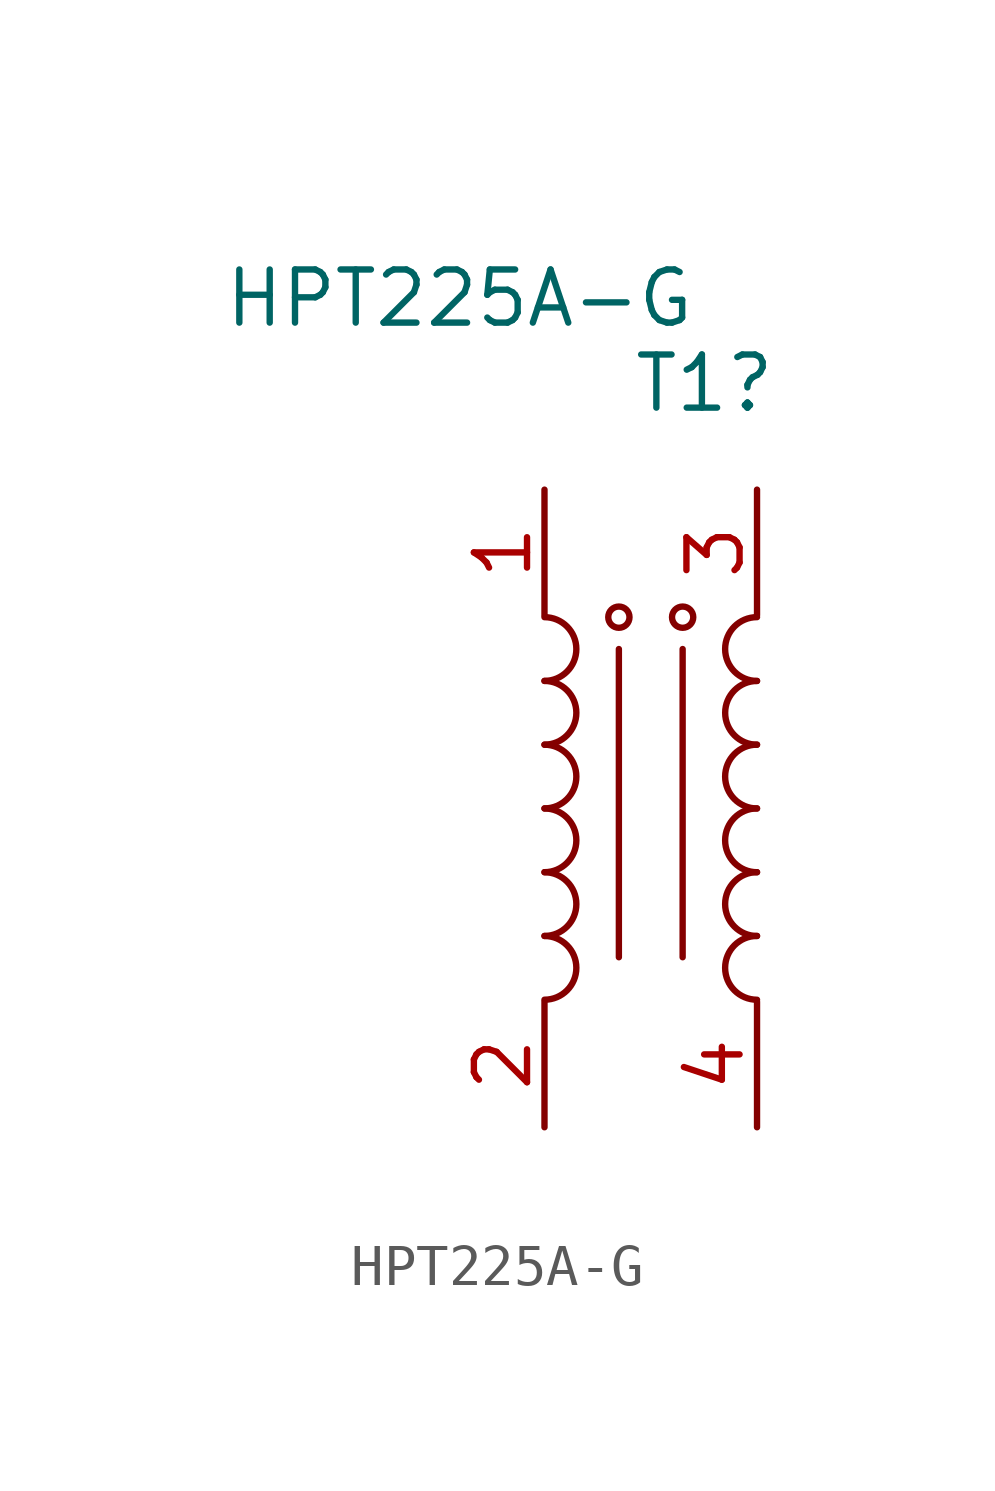
<source format=kicad_sym>
(kicad_symbol_lib
  (version 20231120)
  (generator "kicad_symbol_editor")
  (generator_version "8.0")
  (symbol "HPT225A-G"
    (pin_names
      (offset 1.016) hide)
    (property "Reference" "T1"
      (at 1.283 10.16 0)
      (effects (font (size 1.27 1.27))))
    (property "Value" "HPT225A-G"
      (at -4.572 12.192 0)
      (effects (font (size 1.27 1.27))))
    (symbol "HPT225A-G_0_1"
      (arc (start -2.54 -4.572) (mid -1.778 -3.81) (end -2.54 -3.048) (stroke (width 0) (type default)) (fill (type none)))
      (arc (start -2.54 -3.048) (mid -1.778 -2.286) (end -2.54 -1.524) (stroke (width 0) (type default)) (fill (type none)))
      (arc (start -2.54 -1.524) (mid -1.778 -0.762) (end -2.54 0) (stroke (width 0) (type default)) (fill (type none)))
      (arc (start -2.54 0) (mid -1.778 0.762) (end -2.54 1.524) (stroke (width 0) (type default)) (fill (type none)))
      (arc (start -2.54 1.524) (mid -1.778 2.286) (end -2.54 3.048) (stroke (width 0) (type default)) (fill (type none)))
      (arc (start -2.54 3.048) (mid -1.778 3.81) (end -2.54 4.572) (stroke (width 0) (type default)) (fill (type none)))
      (circle (center -0.762 4.572) (radius 0.254) (stroke (width 0) (type default)) (fill (type none)))
      (polyline (pts (xy -0.762 3.81) (xy -0.762 -3.556)) (stroke (width 0) (type default)) (fill (type none)))
      (polyline (pts (xy 0.762 -3.556) (xy 0.762 3.81)) (stroke (width 0) (type default)) (fill (type none)))
      (circle (center 0.762 4.572) (radius 0.254) (stroke (width 0) (type default)) (fill (type none)))
      (arc (start 2.54 -3.048) (mid 1.778 -3.81) (end 2.54 -4.572) (stroke (width 0) (type default)) (fill (type none)))
      (arc (start 2.54 -1.524) (mid 1.778 -2.286) (end 2.54 -3.048) (stroke (width 0) (type default)) (fill (type none)))
      (arc (start 2.54 0) (mid 1.778 -0.762) (end 2.54 -1.524) (stroke (width 0) (type default)) (fill (type none)))
      (arc (start 2.54 1.524) (mid 1.778 0.762) (end 2.54 0) (stroke (width 0) (type default)) (fill (type none)))
      (arc (start 2.54 3.048) (mid 1.778 2.286) (end 2.54 1.524) (stroke (width 0) (type default)) (fill (type none)))
      (arc (start 2.54 4.572) (mid 1.778 3.81) (end 2.54 3.048) (stroke (width 0) (type default)) (fill (type none))))
    (symbol "HPT225A-G_1_1"
      (pin passive line (at -2.54 7.62 270) (length 3) (name "1" (effects (font (size 1.27 1.27)))) (number "1" (effects (font (size 1.27 1.27)))))
      (pin passive line (at -2.54 -7.62 90) (length 3) (name "2" (effects (font (size 1.27 1.27)))) (number "2" (effects (font (size 1.27 1.27)))))
      (pin passive line (at 2.54 7.62 270) (length 3) (name "3" (effects (font (size 1.27 1.27)))) (number "3" (effects (font (size 1.27 1.27)))))
      (pin passive line (at 2.54 -7.62 90) (length 3) (name "4" (effects (font (size 1.27 1.27)))) (number "4" (effects (font (size 1.27 1.27))))))))
</source>
